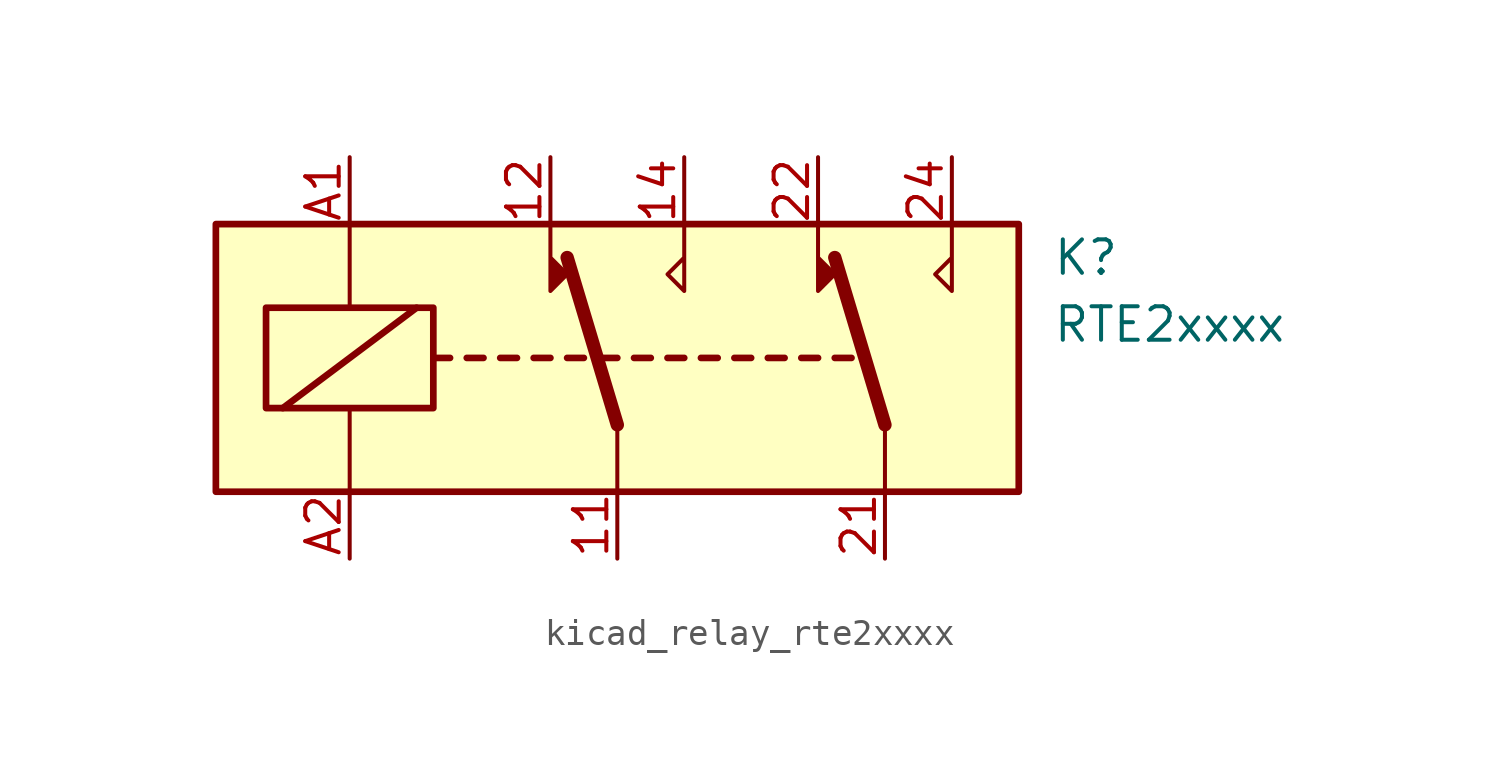
<source format=kicad_sym>
(kicad_symbol_lib
  (version 20220914)
  (generator kicad_symbol_editor)
  (symbol "kicad_relay_rte2xxxx"
    (property "Reference" "K"
      (at 16.51 3.81 0)
      (effects (font (size 1.27 1.27)) (justify left)))
    (property "Value" "RTE2xxxx"
      (at 16.51 1.27 0)
      (effects (font (size 1.27 1.27)) (justify left)))
    (symbol "kicad_relay_rte2xxxx_0_1"
      (rectangle (start -15.24 5.08) (end 15.24 -5.08) (stroke (width 0.254) (type default)) (fill (type background)))
      (rectangle (start -13.335 1.905) (end -6.985 -1.905) (stroke (width 0.254) (type default)) (fill (type none)))
      (polyline (pts (xy -12.7 -1.905) (xy -7.62 1.905)) (stroke (width 0.254) (type default)) (fill (type none)))
      (polyline (pts (xy -10.16 -5.08) (xy -10.16 -1.905)) (stroke (width 0) (type default)) (fill (type none)))
      (polyline (pts (xy -10.16 5.08) (xy -10.16 1.905)) (stroke (width 0) (type default)) (fill (type none)))
      (polyline (pts (xy -6.985 0) (xy -6.35 0)) (stroke (width 0.254) (type default)) (fill (type none)))
      (polyline (pts (xy -5.715 0) (xy -5.08 0)) (stroke (width 0.254) (type default)) (fill (type none)))
      (polyline (pts (xy -4.445 0) (xy -3.81 0)) (stroke (width 0.254) (type default)) (fill (type none)))
      (polyline (pts (xy -3.175 0) (xy -2.54 0)) (stroke (width 0.254) (type default)) (fill (type none)))
      (polyline (pts (xy -1.905 0) (xy -1.27 0)) (stroke (width 0.254) (type default)) (fill (type none)))
      (polyline (pts (xy -0.635 0) (xy 0 0)) (stroke (width 0.254) (type default)) (fill (type none)))
      (polyline (pts (xy 0 -2.54) (xy -1.905 3.81)) (stroke (width 0.508) (type default)) (fill (type none)))
      (polyline (pts (xy 0 -2.54) (xy 0 -5.08)) (stroke (width 0) (type default)) (fill (type none)))
      (polyline (pts (xy 0.635 0) (xy 1.27 0)) (stroke (width 0.254) (type default)) (fill (type none)))
      (polyline (pts (xy 1.905 0) (xy 2.54 0)) (stroke (width 0.254) (type default)) (fill (type none)))
      (polyline (pts (xy 3.175 0) (xy 3.81 0)) (stroke (width 0.254) (type default)) (fill (type none)))
      (polyline (pts (xy 4.445 0) (xy 5.08 0)) (stroke (width 0.254) (type default)) (fill (type none)))
      (polyline (pts (xy 5.715 0) (xy 6.35 0)) (stroke (width 0.254) (type default)) (fill (type none)))
      (polyline (pts (xy 6.985 0) (xy 7.62 0)) (stroke (width 0.254) (type default)) (fill (type none)))
      (polyline (pts (xy 8.255 0) (xy 8.89 0)) (stroke (width 0.254) (type default)) (fill (type none)))
      (polyline (pts (xy 10.16 -2.54) (xy 8.255 3.81)) (stroke (width 0.508) (type default)) (fill (type none)))
      (polyline (pts (xy 10.16 -2.54) (xy 10.16 -5.08)) (stroke (width 0) (type default)) (fill (type none)))
      (polyline (pts (xy -2.54 5.08) (xy -2.54 2.54) (xy -1.905 3.175) (xy -2.54 3.81)) (stroke (width 0) (type default)) (fill (type outline)))
      (polyline (pts (xy 2.54 5.08) (xy 2.54 2.54) (xy 1.905 3.175) (xy 2.54 3.81)) (stroke (width 0) (type default)) (fill (type none)))
      (polyline (pts (xy 7.62 5.08) (xy 7.62 2.54) (xy 8.255 3.175) (xy 7.62 3.81)) (stroke (width 0) (type default)) (fill (type outline)))
      (polyline (pts (xy 12.7 5.08) (xy 12.7 2.54) (xy 12.065 3.175) (xy 12.7 3.81)) (stroke (width 0) (type default)) (fill (type none))))
    (symbol "kicad_relay_rte2xxxx_1_1"
      (pin passive line (at 0 -7.62 90) (length 2.54) (name "~" (effects (font (size 1.27 1.27)))) (number "11" (effects (font (size 1.27 1.27)))))
      (pin passive line (at -2.54 7.62 270) (length 2.54) (name "~" (effects (font (size 1.27 1.27)))) (number "12" (effects (font (size 1.27 1.27)))))
      (pin passive line (at 2.54 7.62 270) (length 2.54) (name "~" (effects (font (size 1.27 1.27)))) (number "14" (effects (font (size 1.27 1.27)))))
      (pin passive line (at 10.16 -7.62 90) (length 2.54) (name "~" (effects (font (size 1.27 1.27)))) (number "21" (effects (font (size 1.27 1.27)))))
      (pin passive line (at 7.62 7.62 270) (length 2.54) (name "~" (effects (font (size 1.27 1.27)))) (number "22" (effects (font (size 1.27 1.27)))))
      (pin passive line (at 12.7 7.62 270) (length 2.54) (name "~" (effects (font (size 1.27 1.27)))) (number "24" (effects (font (size 1.27 1.27)))))
      (pin passive line (at -10.16 7.62 270) (length 2.54) (name "~" (effects (font (size 1.27 1.27)))) (number "A1" (effects (font (size 1.27 1.27)))))
      (pin passive line (at -10.16 -7.62 90) (length 2.54) (name "~" (effects (font (size 1.27 1.27)))) (number "A2" (effects (font (size 1.27 1.27))))))))
</source>
